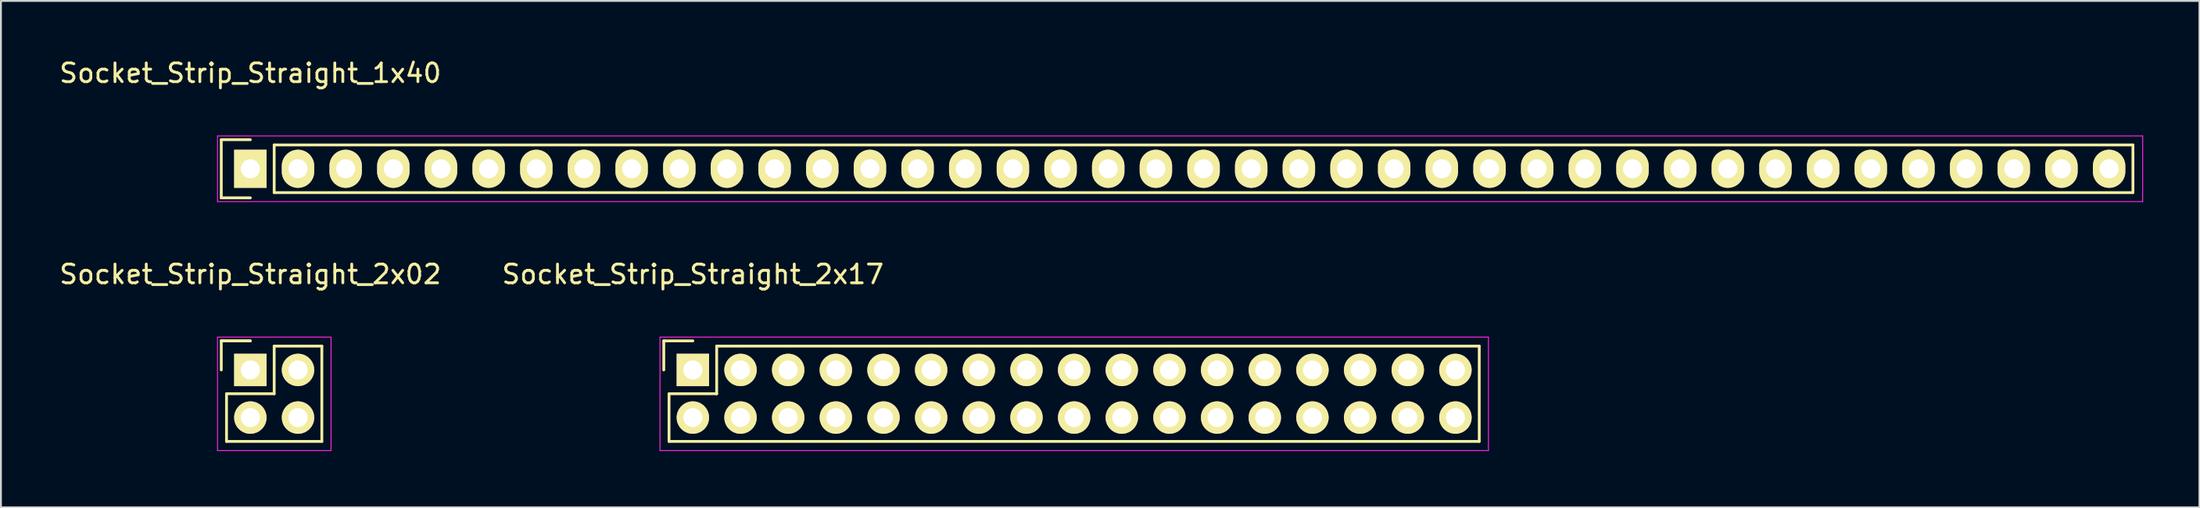
<source format=kicad_pcb>
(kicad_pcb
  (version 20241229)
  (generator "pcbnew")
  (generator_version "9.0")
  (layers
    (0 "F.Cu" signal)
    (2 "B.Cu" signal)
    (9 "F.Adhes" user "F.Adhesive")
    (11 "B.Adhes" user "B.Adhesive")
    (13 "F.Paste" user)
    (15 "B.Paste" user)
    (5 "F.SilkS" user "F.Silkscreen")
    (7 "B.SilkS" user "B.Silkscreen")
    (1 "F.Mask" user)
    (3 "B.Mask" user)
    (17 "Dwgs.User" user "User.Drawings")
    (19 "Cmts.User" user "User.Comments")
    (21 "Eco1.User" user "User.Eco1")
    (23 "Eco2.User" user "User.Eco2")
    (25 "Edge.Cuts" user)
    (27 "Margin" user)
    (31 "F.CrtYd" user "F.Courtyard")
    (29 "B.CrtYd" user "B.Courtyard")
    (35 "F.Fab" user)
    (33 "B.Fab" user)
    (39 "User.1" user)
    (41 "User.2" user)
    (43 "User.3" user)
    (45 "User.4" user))
  (footprint "Socket_Strip_Straight_2x02"
    (layer "F.Cu")
    (at 10.292 16.672)
    (property "Reference" "Socket_Strip_Straight_2x02" (at 0 -5.1 0) (layer "F.SilkS") (effects (font (size 1 1) (thickness 0.15))))
    (attr through_hole)
    (fp_line (start -1.55 -1.55) (end -1.55 0) (stroke (width 0.15) (type solid)) (layer "F.SilkS"))
    (fp_line (start -1.27 1.27) (end -1.27 3.81) (stroke (width 0.15) (type solid)) (layer "F.SilkS"))
    (fp_line (start -1.27 3.81) (end 3.81 3.81) (stroke (width 0.15) (type solid)) (layer "F.SilkS"))
    (fp_line (start 0 -1.55) (end -1.55 -1.55) (stroke (width 0.15) (type solid)) (layer "F.SilkS"))
    (fp_line (start 0 -1.55) (end -1.55 -1.55) (stroke (width 0.15) (type solid)) (layer "F.SilkS"))
    (fp_line (start 1.27 -1.27) (end 1.27 1.27) (stroke (width 0.15) (type solid)) (layer "F.SilkS"))
    (fp_line (start 1.27 1.27) (end -1.27 1.27) (stroke (width 0.15) (type solid)) (layer "F.SilkS"))
    (fp_line (start 3.81 -1.27) (end 1.27 -1.27) (stroke (width 0.15) (type solid)) (layer "F.SilkS"))
    (fp_line (start 3.81 3.81) (end 3.81 -1.27) (stroke (width 0.15) (type solid)) (layer "F.SilkS"))
    (fp_line (start -1.75 -1.75) (end -1.75 4.3) (stroke (width 0.05) (type solid)) (layer "F.CrtYd"))
    (fp_line (start -1.75 -1.75) (end 4.3 -1.75) (stroke (width 0.05) (type solid)) (layer "F.CrtYd"))
    (fp_line (start -1.75 4.3) (end 4.3 4.3) (stroke (width 0.05) (type solid)) (layer "F.CrtYd"))
    (fp_line (start 4.3 -1.75) (end 4.3 4.3) (stroke (width 0.05) (type solid)) (layer "F.CrtYd"))
    (pad "1" thru_hole rect (at 0 0) (size 1.727 1.727) (drill 1.016) (layers "*.Cu" "*.Mask" "F.SilkS"))
    (pad "2" thru_hole oval (at 0 2.54) (size 1.727 1.727) (drill 1.016) (layers "*.Cu" "*.Mask" "F.SilkS"))
    (pad "3" thru_hole oval (at 2.54 0) (size 1.727 1.727) (drill 1.016) (layers "*.Cu" "*.Mask" "F.SilkS"))
    (pad "4" thru_hole oval (at 2.54 2.54) (size 1.727 1.727) (drill 1.016) (layers "*.Cu" "*.Mask" "F.SilkS")))
  (footprint "Socket_Strip_Straight_2x17"
    (layer "F.Cu")
    (at 33.875 16.672)
    (property "Reference" "Socket_Strip_Straight_2x17" (at 0 -5.1 0) (layer "F.SilkS") (effects (font (size 1 1) (thickness 0.15))))
    (attr through_hole)
    (fp_line (start -1.55 -1.55) (end -1.55 0) (stroke (width 0.15) (type solid)) (layer "F.SilkS"))
    (fp_line (start -1.27 1.27) (end 1.27 1.27) (stroke (width 0.15) (type solid)) (layer "F.SilkS"))
    (fp_line (start -1.27 3.81) (end -1.27 1.27) (stroke (width 0.15) (type solid)) (layer "F.SilkS"))
    (fp_line (start 0 -1.55) (end -1.55 -1.55) (stroke (width 0.15) (type solid)) (layer "F.SilkS"))
    (fp_line (start 1.27 -1.27) (end 41.91 -1.27) (stroke (width 0.15) (type solid)) (layer "F.SilkS"))
    (fp_line (start 1.27 1.27) (end 1.27 -1.27) (stroke (width 0.15) (type solid)) (layer "F.SilkS"))
    (fp_line (start 41.91 3.81) (end -1.27 3.81) (stroke (width 0.15) (type solid)) (layer "F.SilkS"))
    (fp_line (start 41.91 3.81) (end 41.91 -1.27) (stroke (width 0.15) (type solid)) (layer "F.SilkS"))
    (fp_line (start -1.75 -1.75) (end -1.75 4.3) (stroke (width 0.05) (type solid)) (layer "F.CrtYd"))
    (fp_line (start -1.75 -1.75) (end 42.4 -1.75) (stroke (width 0.05) (type solid)) (layer "F.CrtYd"))
    (fp_line (start -1.75 4.3) (end 42.4 4.3) (stroke (width 0.05) (type solid)) (layer "F.CrtYd"))
    (fp_line (start 42.4 -1.75) (end 42.4 4.3) (stroke (width 0.05) (type solid)) (layer "F.CrtYd"))
    (pad "1" thru_hole rect (at 0 0) (size 1.727 1.727) (drill 1.016) (layers "*.Cu" "*.Mask" "F.SilkS"))
    (pad "2" thru_hole oval (at 0 2.54) (size 1.727 1.727) (drill 1.016) (layers "*.Cu" "*.Mask" "F.SilkS"))
    (pad "3" thru_hole oval (at 2.54 0) (size 1.727 1.727) (drill 1.016) (layers "*.Cu" "*.Mask" "F.SilkS"))
    (pad "4" thru_hole oval (at 2.54 2.54) (size 1.727 1.727) (drill 1.016) (layers "*.Cu" "*.Mask" "F.SilkS"))
    (pad "5" thru_hole oval (at 5.08 0) (size 1.727 1.727) (drill 1.016) (layers "*.Cu" "*.Mask" "F.SilkS"))
    (pad "6" thru_hole oval (at 5.08 2.54) (size 1.727 1.727) (drill 1.016) (layers "*.Cu" "*.Mask" "F.SilkS"))
    (pad "7" thru_hole oval (at 7.62 0) (size 1.727 1.727) (drill 1.016) (layers "*.Cu" "*.Mask" "F.SilkS"))
    (pad "8" thru_hole oval (at 7.62 2.54) (size 1.727 1.727) (drill 1.016) (layers "*.Cu" "*.Mask" "F.SilkS"))
    (pad "9" thru_hole oval (at 10.16 0) (size 1.727 1.727) (drill 1.016) (layers "*.Cu" "*.Mask" "F.SilkS"))
    (pad "10" thru_hole oval (at 10.16 2.54) (size 1.727 1.727) (drill 1.016) (layers "*.Cu" "*.Mask" "F.SilkS"))
    (pad "11" thru_hole oval (at 12.7 0) (size 1.727 1.727) (drill 1.016) (layers "*.Cu" "*.Mask" "F.SilkS"))
    (pad "12" thru_hole oval (at 12.7 2.54) (size 1.727 1.727) (drill 1.016) (layers "*.Cu" "*.Mask" "F.SilkS"))
    (pad "13" thru_hole oval (at 15.24 0) (size 1.727 1.727) (drill 1.016) (layers "*.Cu" "*.Mask" "F.SilkS"))
    (pad "14" thru_hole oval (at 15.24 2.54) (size 1.727 1.727) (drill 1.016) (layers "*.Cu" "*.Mask" "F.SilkS"))
    (pad "15" thru_hole oval (at 17.78 0) (size 1.727 1.727) (drill 1.016) (layers "*.Cu" "*.Mask" "F.SilkS"))
    (pad "16" thru_hole oval (at 17.78 2.54) (size 1.727 1.727) (drill 1.016) (layers "*.Cu" "*.Mask" "F.SilkS"))
    (pad "17" thru_hole oval (at 20.32 0) (size 1.727 1.727) (drill 1.016) (layers "*.Cu" "*.Mask" "F.SilkS"))
    (pad "18" thru_hole oval (at 20.32 2.54) (size 1.727 1.727) (drill 1.016) (layers "*.Cu" "*.Mask" "F.SilkS"))
    (pad "19" thru_hole oval (at 22.86 0) (size 1.727 1.727) (drill 1.016) (layers "*.Cu" "*.Mask" "F.SilkS"))
    (pad "20" thru_hole oval (at 22.86 2.54) (size 1.727 1.727) (drill 1.016) (layers "*.Cu" "*.Mask" "F.SilkS"))
    (pad "21" thru_hole oval (at 25.4 0) (size 1.727 1.727) (drill 1.016) (layers "*.Cu" "*.Mask" "F.SilkS"))
    (pad "22" thru_hole oval (at 25.4 2.54) (size 1.727 1.727) (drill 1.016) (layers "*.Cu" "*.Mask" "F.SilkS"))
    (pad "23" thru_hole oval (at 27.94 0) (size 1.727 1.727) (drill 1.016) (layers "*.Cu" "*.Mask" "F.SilkS"))
    (pad "24" thru_hole oval (at 27.94 2.54) (size 1.727 1.727) (drill 1.016) (layers "*.Cu" "*.Mask" "F.SilkS"))
    (pad "25" thru_hole oval (at 30.48 0) (size 1.727 1.727) (drill 1.016) (layers "*.Cu" "*.Mask" "F.SilkS"))
    (pad "26" thru_hole oval (at 30.48 2.54) (size 1.727 1.727) (drill 1.016) (layers "*.Cu" "*.Mask" "F.SilkS"))
    (pad "27" thru_hole oval (at 33.02 0) (size 1.727 1.727) (drill 1.016) (layers "*.Cu" "*.Mask" "F.SilkS"))
    (pad "28" thru_hole oval (at 33.02 2.54) (size 1.727 1.727) (drill 1.016) (layers "*.Cu" "*.Mask" "F.SilkS"))
    (pad "29" thru_hole oval (at 35.56 0) (size 1.727 1.727) (drill 1.016) (layers "*.Cu" "*.Mask" "F.SilkS"))
    (pad "30" thru_hole oval (at 35.56 2.54) (size 1.727 1.727) (drill 1.016) (layers "*.Cu" "*.Mask" "F.SilkS"))
    (pad "31" thru_hole oval (at 38.1 0) (size 1.727 1.727) (drill 1.016) (layers "*.Cu" "*.Mask" "F.SilkS"))
    (pad "32" thru_hole oval (at 38.1 2.54) (size 1.727 1.727) (drill 1.016) (layers "*.Cu" "*.Mask" "F.SilkS"))
    (pad "33" thru_hole oval (at 40.64 0) (size 1.727 1.727) (drill 1.016) (layers "*.Cu" "*.Mask" "F.SilkS"))
    (pad "34" thru_hole oval (at 40.64 2.54) (size 1.727 1.727) (drill 1.016) (layers "*.Cu" "*.Mask" "F.SilkS")))
  (footprint "Socket_Strip_Straight_1x40"
    (layer "F.Cu")
    (at 10.292 5.948)
    (property "Reference" "Socket_Strip_Straight_1x40" (at 0 -5.1 0) (layer "F.SilkS") (effects (font (size 1 1) (thickness 0.15))))
    (attr through_hole)
    (fp_line (start -1.55 -1.55) (end -1.55 1.55) (stroke (width 0.15) (type solid)) (layer "F.SilkS"))
    (fp_line (start -1.55 1.55) (end 0 1.55) (stroke (width 0.15) (type solid)) (layer "F.SilkS"))
    (fp_line (start 0 -1.55) (end -1.55 -1.55) (stroke (width 0.15) (type solid)) (layer "F.SilkS"))
    (fp_line (start 1.27 -1.27) (end 100.33 -1.27) (stroke (width 0.15) (type solid)) (layer "F.SilkS"))
    (fp_line (start 1.27 1.27) (end 1.27 -1.27) (stroke (width 0.15) (type solid)) (layer "F.SilkS"))
    (fp_line (start 100.33 -1.27) (end 100.33 1.27) (stroke (width 0.15) (type solid)) (layer "F.SilkS"))
    (fp_line (start 100.33 1.27) (end 1.27 1.27) (stroke (width 0.15) (type solid)) (layer "F.SilkS"))
    (fp_line (start -1.75 -1.75) (end -1.75 1.75) (stroke (width 0.05) (type solid)) (layer "F.CrtYd"))
    (fp_line (start -1.75 -1.75) (end 100.85 -1.75) (stroke (width 0.05) (type solid)) (layer "F.CrtYd"))
    (fp_line (start -1.75 1.75) (end 100.85 1.75) (stroke (width 0.05) (type solid)) (layer "F.CrtYd"))
    (fp_line (start 100.85 -1.75) (end 100.85 1.75) (stroke (width 0.05) (type solid)) (layer "F.CrtYd"))
    (pad "1" thru_hole rect (at 0 0) (size 1.727 2.032) (drill 1.016) (layers "*.Cu" "*.Mask" "F.SilkS"))
    (pad "2" thru_hole oval (at 2.54 0) (size 1.727 2.032) (drill 1.016) (layers "*.Cu" "*.Mask" "F.SilkS"))
    (pad "3" thru_hole oval (at 5.08 0) (size 1.727 2.032) (drill 1.016) (layers "*.Cu" "*.Mask" "F.SilkS"))
    (pad "4" thru_hole oval (at 7.62 0) (size 1.727 2.032) (drill 1.016) (layers "*.Cu" "*.Mask" "F.SilkS"))
    (pad "5" thru_hole oval (at 10.16 0) (size 1.727 2.032) (drill 1.016) (layers "*.Cu" "*.Mask" "F.SilkS"))
    (pad "6" thru_hole oval (at 12.7 0) (size 1.727 2.032) (drill 1.016) (layers "*.Cu" "*.Mask" "F.SilkS"))
    (pad "7" thru_hole oval (at 15.24 0) (size 1.727 2.032) (drill 1.016) (layers "*.Cu" "*.Mask" "F.SilkS"))
    (pad "8" thru_hole oval (at 17.78 0) (size 1.727 2.032) (drill 1.016) (layers "*.Cu" "*.Mask" "F.SilkS"))
    (pad "9" thru_hole oval (at 20.32 0) (size 1.727 2.032) (drill 1.016) (layers "*.Cu" "*.Mask" "F.SilkS"))
    (pad "10" thru_hole oval (at 22.86 0) (size 1.727 2.032) (drill 1.016) (layers "*.Cu" "*.Mask" "F.SilkS"))
    (pad "11" thru_hole oval (at 25.4 0) (size 1.727 2.032) (drill 1.016) (layers "*.Cu" "*.Mask" "F.SilkS"))
    (pad "12" thru_hole oval (at 27.94 0) (size 1.727 2.032) (drill 1.016) (layers "*.Cu" "*.Mask" "F.SilkS"))
    (pad "13" thru_hole oval (at 30.48 0) (size 1.727 2.032) (drill 1.016) (layers "*.Cu" "*.Mask" "F.SilkS"))
    (pad "14" thru_hole oval (at 33.02 0) (size 1.727 2.032) (drill 1.016) (layers "*.Cu" "*.Mask" "F.SilkS"))
    (pad "15" thru_hole oval (at 35.56 0) (size 1.727 2.032) (drill 1.016) (layers "*.Cu" "*.Mask" "F.SilkS"))
    (pad "16" thru_hole oval (at 38.1 0) (size 1.727 2.032) (drill 1.016) (layers "*.Cu" "*.Mask" "F.SilkS"))
    (pad "17" thru_hole oval (at 40.64 0) (size 1.727 2.032) (drill 1.016) (layers "*.Cu" "*.Mask" "F.SilkS"))
    (pad "18" thru_hole oval (at 43.18 0) (size 1.727 2.032) (drill 1.016) (layers "*.Cu" "*.Mask" "F.SilkS"))
    (pad "19" thru_hole oval (at 45.72 0) (size 1.727 2.032) (drill 1.016) (layers "*.Cu" "*.Mask" "F.SilkS"))
    (pad "20" thru_hole oval (at 48.26 0) (size 1.727 2.032) (drill 1.016) (layers "*.Cu" "*.Mask" "F.SilkS"))
    (pad "21" thru_hole oval (at 50.8 0) (size 1.727 2.032) (drill 1.016) (layers "*.Cu" "*.Mask" "F.SilkS"))
    (pad "22" thru_hole oval (at 53.34 0) (size 1.727 2.032) (drill 1.016) (layers "*.Cu" "*.Mask" "F.SilkS"))
    (pad "23" thru_hole oval (at 55.88 0) (size 1.727 2.032) (drill 1.016) (layers "*.Cu" "*.Mask" "F.SilkS"))
    (pad "24" thru_hole oval (at 58.42 0) (size 1.727 2.032) (drill 1.016) (layers "*.Cu" "*.Mask" "F.SilkS"))
    (pad "25" thru_hole oval (at 60.96 0) (size 1.727 2.032) (drill 1.016) (layers "*.Cu" "*.Mask" "F.SilkS"))
    (pad "26" thru_hole oval (at 63.5 0) (size 1.727 2.032) (drill 1.016) (layers "*.Cu" "*.Mask" "F.SilkS"))
    (pad "27" thru_hole oval (at 66.04 0) (size 1.727 2.032) (drill 1.016) (layers "*.Cu" "*.Mask" "F.SilkS"))
    (pad "28" thru_hole oval (at 68.58 0) (size 1.727 2.032) (drill 1.016) (layers "*.Cu" "*.Mask" "F.SilkS"))
    (pad "29" thru_hole oval (at 71.12 0) (size 1.727 2.032) (drill 1.016) (layers "*.Cu" "*.Mask" "F.SilkS"))
    (pad "30" thru_hole oval (at 73.66 0) (size 1.727 2.032) (drill 1.016) (layers "*.Cu" "*.Mask" "F.SilkS"))
    (pad "31" thru_hole oval (at 76.2 0) (size 1.727 2.032) (drill 1.016) (layers "*.Cu" "*.Mask" "F.SilkS"))
    (pad "32" thru_hole oval (at 78.74 0) (size 1.727 2.032) (drill 1.016) (layers "*.Cu" "*.Mask" "F.SilkS"))
    (pad "33" thru_hole oval (at 81.28 0) (size 1.727 2.032) (drill 1.016) (layers "*.Cu" "*.Mask" "F.SilkS"))
    (pad "34" thru_hole oval (at 83.82 0) (size 1.727 2.032) (drill 1.016) (layers "*.Cu" "*.Mask" "F.SilkS"))
    (pad "35" thru_hole oval (at 86.36 0) (size 1.727 2.032) (drill 1.016) (layers "*.Cu" "*.Mask" "F.SilkS"))
    (pad "36" thru_hole oval (at 88.9 0) (size 1.727 2.032) (drill 1.016) (layers "*.Cu" "*.Mask" "F.SilkS"))
    (pad "37" thru_hole oval (at 91.44 0) (size 1.727 2.032) (drill 1.016) (layers "*.Cu" "*.Mask" "F.SilkS"))
    (pad "38" thru_hole oval (at 93.98 0) (size 1.727 2.032) (drill 1.016) (layers "*.Cu" "*.Mask" "F.SilkS"))
    (pad "39" thru_hole oval (at 96.52 0) (size 1.727 2.032) (drill 1.016) (layers "*.Cu" "*.Mask" "F.SilkS"))
    (pad "40" thru_hole oval (at 99.06 0) (size 1.727 2.032) (drill 1.016) (layers "*.Cu" "*.Mask" "F.SilkS")))
  (gr_rect
    (start -3 -3)
    (end 114.167 23.997)
    (stroke (width 0.1) (type default))
    (fill no)
    (layer "Edge.Cuts")))
</source>
